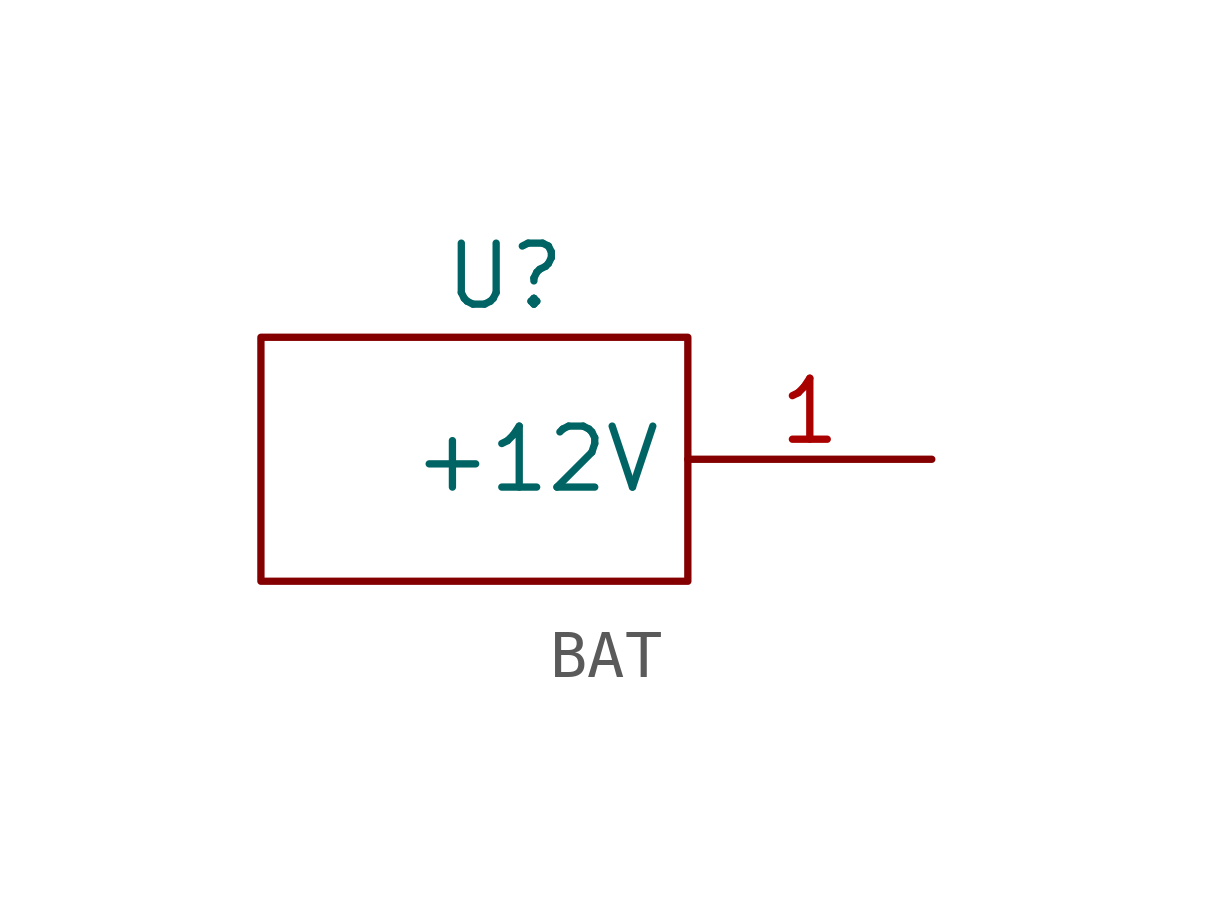
<source format=kicad_sym>
(kicad_symbol_lib
  (version 20241209)
  (generator "kicad_symbol_editor")
  (generator_version "9.0")
  (symbol "BAT"
    (property "Reference" "U"
      (at 0 0 0)
      (effects (font (size 1.27 1.27))))
    (property "Value" ""
      (at 0 0 0)
      (effects (font (size 1.27 1.27))))
    (symbol "BAT_0_1"
      (rectangle (start -5.08 -1.27) (end 3.81 -6.35) (stroke (width 0) (type default)) (fill (type none))))
    (symbol "BAT_1_0"
      (pin power_out line (at 8.89 -3.81 180) (length 5.08) (name "+12V" (effects (font (size 1.27 1.27)))) (number "1" (effects (font (size 1.27 1.27))))))))
</source>
